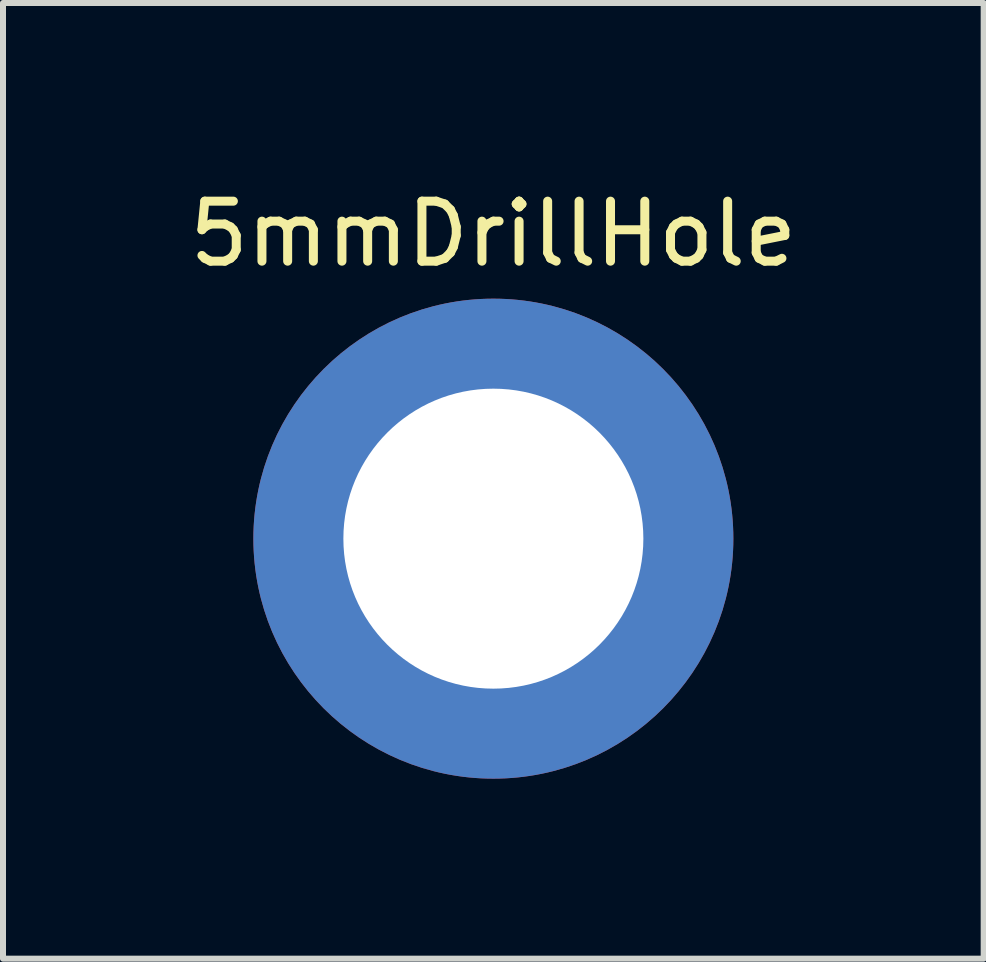
<source format=kicad_pcb>
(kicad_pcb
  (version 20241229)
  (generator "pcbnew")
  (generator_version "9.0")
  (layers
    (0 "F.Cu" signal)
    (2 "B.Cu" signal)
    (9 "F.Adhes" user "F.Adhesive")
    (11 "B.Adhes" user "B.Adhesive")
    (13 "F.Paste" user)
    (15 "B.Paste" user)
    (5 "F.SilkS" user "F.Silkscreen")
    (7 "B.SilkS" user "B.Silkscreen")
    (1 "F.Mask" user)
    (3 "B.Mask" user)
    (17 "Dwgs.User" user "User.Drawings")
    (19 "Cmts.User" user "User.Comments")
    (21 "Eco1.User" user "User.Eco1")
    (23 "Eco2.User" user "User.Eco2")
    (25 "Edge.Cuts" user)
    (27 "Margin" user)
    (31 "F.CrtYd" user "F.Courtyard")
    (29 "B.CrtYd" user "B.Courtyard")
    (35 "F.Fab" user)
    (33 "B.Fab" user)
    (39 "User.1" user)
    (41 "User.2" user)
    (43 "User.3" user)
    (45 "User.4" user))
  (footprint "5mmDrillHole"
    (layer "F.Cu")
    (at 5.173 5.928)
    (property "Reference" "5mmDrillHole" (at 0 -5.08 0) (layer "F.SilkS") (effects (font (size 1 1) (thickness 0.15))))
    (attr through_hole)
    (pad "1" thru_hole circle (at 0 0) (size 8 8) (drill 5) (layers "*.Cu" "*.Mask")))
  (gr_rect
    (start -3 -3)
    (end 13.345 12.928)
    (stroke (width 0.1) (type default))
    (fill no)
    (layer "Edge.Cuts")))
</source>
